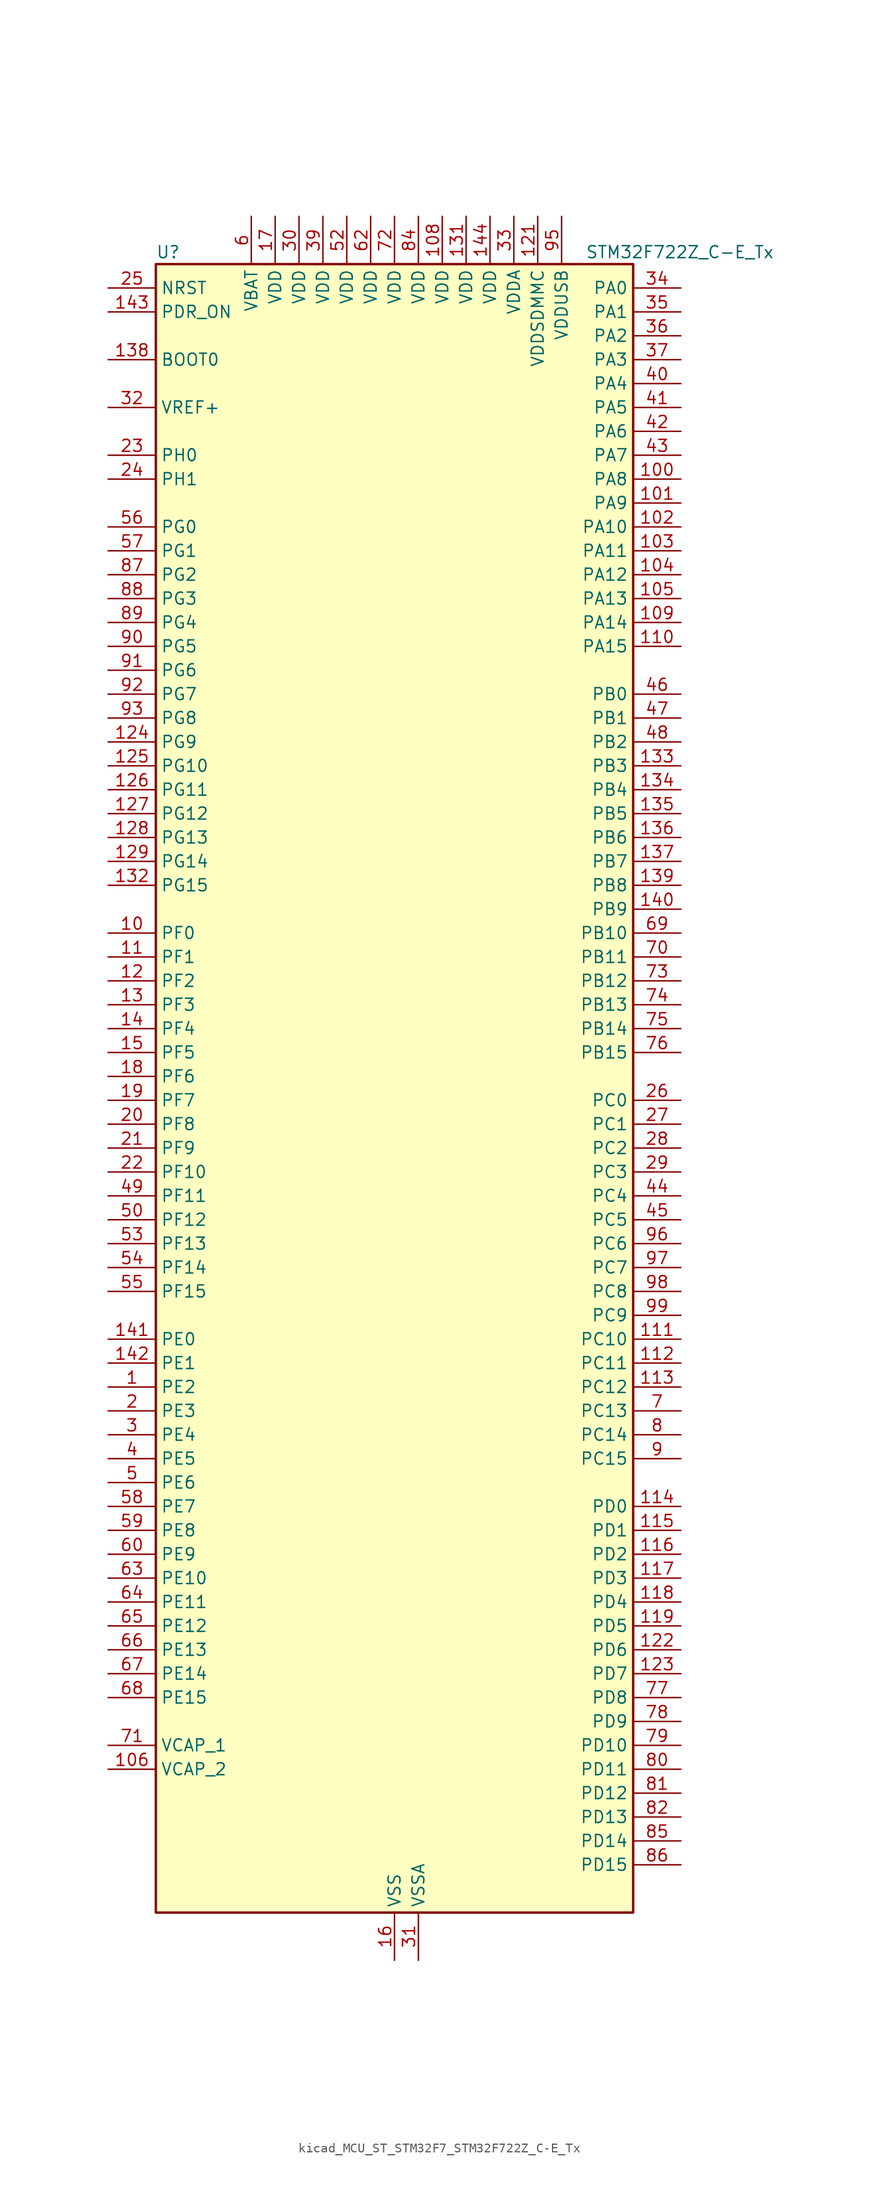
<source format=kicad_sym>
(kicad_symbol_lib
  (version 20220914)
  (generator kicad_symbol_editor)
  (symbol "kicad_MCU_ST_STM32F7_STM32F722Z_C-E_Tx"
    (property "Reference" "U"
      (at -25.4 90.17 0)
      (effects (font (size 1.27 1.27)) (justify left)))
    (property "Value" "STM32F722Z_C-E_Tx"
      (at 20.32 90.17 0)
      (effects (font (size 1.27 1.27)) (justify left)))
    (property "ki_locked" ""
      (at 0 0 0)
      (effects (font (size 1.27 1.27))))
    (symbol "kicad_MCU_ST_STM32F7_STM32F722Z_C-E_Tx_0_1"
      (rectangle (start -25.4 -86.36) (end 25.4 88.9) (stroke (width 0.254) (type default)) (fill (type background))))
    (symbol "kicad_MCU_ST_STM32F7_STM32F722Z_C-E_Tx_1_1"
      (pin bidirectional line (at -30.48 -30.48 0) (length 5.08) (name "PE2" (effects (font (size 1.27 1.27)))) (number "1" (effects (font (size 1.27 1.27)))) (alternate "FMC_A23" bidirectional line) (alternate "QUADSPI_BK1_IO2" bidirectional line) (alternate "SAI1_MCLK_A" bidirectional line) (alternate "SPI4_SCK" bidirectional line) (alternate "SYS_TRACECLK" bidirectional line))
      (pin bidirectional line (at -30.48 17.78 0) (length 5.08) (name "PF0" (effects (font (size 1.27 1.27)))) (number "10" (effects (font (size 1.27 1.27)))) (alternate "FMC_A0" bidirectional line) (alternate "I2C2_SDA" bidirectional line))
      (pin bidirectional line (at 30.48 66.04 180) (length 5.08) (name "PA8" (effects (font (size 1.27 1.27)))) (number "100" (effects (font (size 1.27 1.27)))) (alternate "I2C3_SCL" bidirectional line) (alternate "RCC_MCO_1" bidirectional line) (alternate "TIM1_CH1" bidirectional line) (alternate "TIM8_BKIN2" bidirectional line) (alternate "USART1_CK" bidirectional line) (alternate "USB_OTG_FS_SOF" bidirectional line))
      (pin bidirectional line (at 30.48 63.5 180) (length 5.08) (name "PA9" (effects (font (size 1.27 1.27)))) (number "101" (effects (font (size 1.27 1.27)))) (alternate "DAC_EXTI9" bidirectional line) (alternate "I2C3_SMBA" bidirectional line) (alternate "I2S2_CK" bidirectional line) (alternate "SPI2_SCK" bidirectional line) (alternate "TIM1_CH2" bidirectional line) (alternate "USART1_TX" bidirectional line) (alternate "USB_OTG_FS_VBUS" bidirectional line))
      (pin bidirectional line (at 30.48 60.96 180) (length 5.08) (name "PA10" (effects (font (size 1.27 1.27)))) (number "102" (effects (font (size 1.27 1.27)))) (alternate "TIM1_CH3" bidirectional line) (alternate "USART1_RX" bidirectional line) (alternate "USB_OTG_FS_ID" bidirectional line))
      (pin bidirectional line (at 30.48 58.42 180) (length 5.08) (name "PA11" (effects (font (size 1.27 1.27)))) (number "103" (effects (font (size 1.27 1.27)))) (alternate "ADC1_EXTI11" bidirectional line) (alternate "ADC2_EXTI11" bidirectional line) (alternate "ADC3_EXTI11" bidirectional line) (alternate "CAN1_RX" bidirectional line) (alternate "TIM1_CH4" bidirectional line) (alternate "USART1_CTS" bidirectional line) (alternate "USB_OTG_FS_DM" bidirectional line))
      (pin bidirectional line (at 30.48 55.88 180) (length 5.08) (name "PA12" (effects (font (size 1.27 1.27)))) (number "104" (effects (font (size 1.27 1.27)))) (alternate "CAN1_TX" bidirectional line) (alternate "SAI2_FS_B" bidirectional line) (alternate "TIM1_ETR" bidirectional line) (alternate "USART1_DE" bidirectional line) (alternate "USART1_RTS" bidirectional line) (alternate "USB_OTG_FS_DP" bidirectional line))
      (pin bidirectional line (at 30.48 53.34 180) (length 5.08) (name "PA13" (effects (font (size 1.27 1.27)))) (number "105" (effects (font (size 1.27 1.27)))) (alternate "SYS_JTMS-SWDIO" bidirectional line))
      (pin power_out line (at -30.48 -71.12 0) (length 5.08) (name "VCAP_2" (effects (font (size 1.27 1.27)))) (number "106" (effects (font (size 1.27 1.27)))))
      (pin passive line (at 0 -91.44 90) (length 5.08) hide (name "VSS" (effects (font (size 1.27 1.27)))) (number "107" (effects (font (size 1.27 1.27)))))
      (pin power_in line (at 5.08 93.98 270) (length 5.08) (name "VDD" (effects (font (size 1.27 1.27)))) (number "108" (effects (font (size 1.27 1.27)))))
      (pin bidirectional line (at 30.48 50.8 180) (length 5.08) (name "PA14" (effects (font (size 1.27 1.27)))) (number "109" (effects (font (size 1.27 1.27)))) (alternate "SYS_JTCK-SWCLK" bidirectional line))
      (pin bidirectional line (at -30.48 15.24 0) (length 5.08) (name "PF1" (effects (font (size 1.27 1.27)))) (number "11" (effects (font (size 1.27 1.27)))) (alternate "FMC_A1" bidirectional line) (alternate "I2C2_SCL" bidirectional line))
      (pin bidirectional line (at 30.48 48.26 180) (length 5.08) (name "PA15" (effects (font (size 1.27 1.27)))) (number "110" (effects (font (size 1.27 1.27)))) (alternate "I2S1_WS" bidirectional line) (alternate "I2S3_WS" bidirectional line) (alternate "SPI1_NSS" bidirectional line) (alternate "SPI3_NSS" bidirectional line) (alternate "SYS_JTDI" bidirectional line) (alternate "TIM2_CH1" bidirectional line) (alternate "TIM2_ETR" bidirectional line) (alternate "UART4_DE" bidirectional line) (alternate "UART4_RTS" bidirectional line))
      (pin bidirectional line (at 30.48 -25.4 180) (length 5.08) (name "PC10" (effects (font (size 1.27 1.27)))) (number "111" (effects (font (size 1.27 1.27)))) (alternate "I2S3_CK" bidirectional line) (alternate "QUADSPI_BK1_IO1" bidirectional line) (alternate "SDMMC1_D2" bidirectional line) (alternate "SPI3_SCK" bidirectional line) (alternate "UART4_TX" bidirectional line) (alternate "USART3_TX" bidirectional line))
      (pin bidirectional line (at 30.48 -27.94 180) (length 5.08) (name "PC11" (effects (font (size 1.27 1.27)))) (number "112" (effects (font (size 1.27 1.27)))) (alternate "ADC1_EXTI11" bidirectional line) (alternate "ADC2_EXTI11" bidirectional line) (alternate "ADC3_EXTI11" bidirectional line) (alternate "QUADSPI_BK2_NCS" bidirectional line) (alternate "SDMMC1_D3" bidirectional line) (alternate "SPI3_MISO" bidirectional line) (alternate "UART4_RX" bidirectional line) (alternate "USART3_RX" bidirectional line))
      (pin bidirectional line (at 30.48 -30.48 180) (length 5.08) (name "PC12" (effects (font (size 1.27 1.27)))) (number "113" (effects (font (size 1.27 1.27)))) (alternate "I2S3_SD" bidirectional line) (alternate "SDMMC1_CK" bidirectional line) (alternate "SPI3_MOSI" bidirectional line) (alternate "SYS_TRACED3" bidirectional line) (alternate "UART5_TX" bidirectional line) (alternate "USART3_CK" bidirectional line))
      (pin bidirectional line (at 30.48 -43.18 180) (length 5.08) (name "PD0" (effects (font (size 1.27 1.27)))) (number "114" (effects (font (size 1.27 1.27)))) (alternate "CAN1_RX" bidirectional line) (alternate "FMC_D2" bidirectional line) (alternate "FMC_DA2" bidirectional line))
      (pin bidirectional line (at 30.48 -45.72 180) (length 5.08) (name "PD1" (effects (font (size 1.27 1.27)))) (number "115" (effects (font (size 1.27 1.27)))) (alternate "CAN1_TX" bidirectional line) (alternate "FMC_D3" bidirectional line) (alternate "FMC_DA3" bidirectional line))
      (pin bidirectional line (at 30.48 -48.26 180) (length 5.08) (name "PD2" (effects (font (size 1.27 1.27)))) (number "116" (effects (font (size 1.27 1.27)))) (alternate "SDMMC1_CMD" bidirectional line) (alternate "SYS_TRACED2" bidirectional line) (alternate "TIM3_ETR" bidirectional line) (alternate "UART5_RX" bidirectional line))
      (pin bidirectional line (at 30.48 -50.8 180) (length 5.08) (name "PD3" (effects (font (size 1.27 1.27)))) (number "117" (effects (font (size 1.27 1.27)))) (alternate "FMC_CLK" bidirectional line) (alternate "I2S2_CK" bidirectional line) (alternate "SPI2_SCK" bidirectional line) (alternate "USART2_CTS" bidirectional line))
      (pin bidirectional line (at 30.48 -53.34 180) (length 5.08) (name "PD4" (effects (font (size 1.27 1.27)))) (number "118" (effects (font (size 1.27 1.27)))) (alternate "FMC_NOE" bidirectional line) (alternate "USART2_DE" bidirectional line) (alternate "USART2_RTS" bidirectional line))
      (pin bidirectional line (at 30.48 -55.88 180) (length 5.08) (name "PD5" (effects (font (size 1.27 1.27)))) (number "119" (effects (font (size 1.27 1.27)))) (alternate "FMC_NWE" bidirectional line) (alternate "USART2_TX" bidirectional line))
      (pin bidirectional line (at -30.48 12.7 0) (length 5.08) (name "PF2" (effects (font (size 1.27 1.27)))) (number "12" (effects (font (size 1.27 1.27)))) (alternate "FMC_A2" bidirectional line) (alternate "I2C2_SMBA" bidirectional line))
      (pin passive line (at 0 -91.44 90) (length 5.08) hide (name "VSS" (effects (font (size 1.27 1.27)))) (number "120" (effects (font (size 1.27 1.27)))))
      (pin power_in line (at 15.24 93.98 270) (length 5.08) (name "VDDSDMMC" (effects (font (size 1.27 1.27)))) (number "121" (effects (font (size 1.27 1.27)))))
      (pin bidirectional line (at 30.48 -58.42 180) (length 5.08) (name "PD6" (effects (font (size 1.27 1.27)))) (number "122" (effects (font (size 1.27 1.27)))) (alternate "FMC_NWAIT" bidirectional line) (alternate "I2S3_SD" bidirectional line) (alternate "SAI1_SD_A" bidirectional line) (alternate "SDMMC2_CK" bidirectional line) (alternate "SPI3_MOSI" bidirectional line) (alternate "USART2_RX" bidirectional line))
      (pin bidirectional line (at 30.48 -60.96 180) (length 5.08) (name "PD7" (effects (font (size 1.27 1.27)))) (number "123" (effects (font (size 1.27 1.27)))) (alternate "FMC_NE1" bidirectional line) (alternate "SDMMC2_CMD" bidirectional line) (alternate "USART2_CK" bidirectional line))
      (pin bidirectional line (at -30.48 38.1 0) (length 5.08) (name "PG9" (effects (font (size 1.27 1.27)))) (number "124" (effects (font (size 1.27 1.27)))) (alternate "DAC_EXTI9" bidirectional line) (alternate "FMC_NCE" bidirectional line) (alternate "FMC_NE2" bidirectional line) (alternate "QUADSPI_BK2_IO2" bidirectional line) (alternate "SAI2_FS_B" bidirectional line) (alternate "SDMMC2_D0" bidirectional line) (alternate "USART6_RX" bidirectional line))
      (pin bidirectional line (at -30.48 35.56 0) (length 5.08) (name "PG10" (effects (font (size 1.27 1.27)))) (number "125" (effects (font (size 1.27 1.27)))) (alternate "FMC_NE3" bidirectional line) (alternate "SAI2_SD_B" bidirectional line) (alternate "SDMMC2_D1" bidirectional line))
      (pin bidirectional line (at -30.48 33.02 0) (length 5.08) (name "PG11" (effects (font (size 1.27 1.27)))) (number "126" (effects (font (size 1.27 1.27)))) (alternate "ADC1_EXTI11" bidirectional line) (alternate "ADC2_EXTI11" bidirectional line) (alternate "ADC3_EXTI11" bidirectional line) (alternate "FMC_INT" bidirectional line) (alternate "SDMMC2_D2" bidirectional line))
      (pin bidirectional line (at -30.48 30.48 0) (length 5.08) (name "PG12" (effects (font (size 1.27 1.27)))) (number "127" (effects (font (size 1.27 1.27)))) (alternate "FMC_NE4" bidirectional line) (alternate "LPTIM1_IN1" bidirectional line) (alternate "SDMMC2_D3" bidirectional line) (alternate "USART6_DE" bidirectional line) (alternate "USART6_RTS" bidirectional line))
      (pin bidirectional line (at -30.48 27.94 0) (length 5.08) (name "PG13" (effects (font (size 1.27 1.27)))) (number "128" (effects (font (size 1.27 1.27)))) (alternate "FMC_A24" bidirectional line) (alternate "LPTIM1_OUT" bidirectional line) (alternate "SYS_TRACED0" bidirectional line) (alternate "USART6_CTS" bidirectional line))
      (pin bidirectional line (at -30.48 25.4 0) (length 5.08) (name "PG14" (effects (font (size 1.27 1.27)))) (number "129" (effects (font (size 1.27 1.27)))) (alternate "FMC_A25" bidirectional line) (alternate "LPTIM1_ETR" bidirectional line) (alternate "QUADSPI_BK2_IO3" bidirectional line) (alternate "SYS_TRACED1" bidirectional line) (alternate "USART6_TX" bidirectional line))
      (pin bidirectional line (at -30.48 10.16 0) (length 5.08) (name "PF3" (effects (font (size 1.27 1.27)))) (number "13" (effects (font (size 1.27 1.27)))) (alternate "ADC3_IN9" bidirectional line) (alternate "FMC_A3" bidirectional line))
      (pin passive line (at 0 -91.44 90) (length 5.08) hide (name "VSS" (effects (font (size 1.27 1.27)))) (number "130" (effects (font (size 1.27 1.27)))))
      (pin power_in line (at 7.62 93.98 270) (length 5.08) (name "VDD" (effects (font (size 1.27 1.27)))) (number "131" (effects (font (size 1.27 1.27)))))
      (pin bidirectional line (at -30.48 22.86 0) (length 5.08) (name "PG15" (effects (font (size 1.27 1.27)))) (number "132" (effects (font (size 1.27 1.27)))) (alternate "FMC_SDNCAS" bidirectional line) (alternate "USART6_CTS" bidirectional line))
      (pin bidirectional line (at 30.48 35.56 180) (length 5.08) (name "PB3" (effects (font (size 1.27 1.27)))) (number "133" (effects (font (size 1.27 1.27)))) (alternate "I2S1_CK" bidirectional line) (alternate "I2S3_CK" bidirectional line) (alternate "SDMMC2_D2" bidirectional line) (alternate "SPI1_SCK" bidirectional line) (alternate "SPI3_SCK" bidirectional line) (alternate "SYS_JTDO-SWO" bidirectional line) (alternate "TIM2_CH2" bidirectional line))
      (pin bidirectional line (at 30.48 33.02 180) (length 5.08) (name "PB4" (effects (font (size 1.27 1.27)))) (number "134" (effects (font (size 1.27 1.27)))) (alternate "I2S2_WS" bidirectional line) (alternate "SDMMC2_D3" bidirectional line) (alternate "SPI1_MISO" bidirectional line) (alternate "SPI2_NSS" bidirectional line) (alternate "SPI3_MISO" bidirectional line) (alternate "SYS_JTRST" bidirectional line) (alternate "TIM3_CH1" bidirectional line))
      (pin bidirectional line (at 30.48 30.48 180) (length 5.08) (name "PB5" (effects (font (size 1.27 1.27)))) (number "135" (effects (font (size 1.27 1.27)))) (alternate "FMC_SDCKE1" bidirectional line) (alternate "I2C1_SMBA" bidirectional line) (alternate "I2S1_SD" bidirectional line) (alternate "I2S3_SD" bidirectional line) (alternate "SPI1_MOSI" bidirectional line) (alternate "SPI3_MOSI" bidirectional line) (alternate "TIM3_CH2" bidirectional line) (alternate "USB_OTG_HS_ULPI_D7" bidirectional line))
      (pin bidirectional line (at 30.48 27.94 180) (length 5.08) (name "PB6" (effects (font (size 1.27 1.27)))) (number "136" (effects (font (size 1.27 1.27)))) (alternate "FMC_SDNE1" bidirectional line) (alternate "I2C1_SCL" bidirectional line) (alternate "QUADSPI_BK1_NCS" bidirectional line) (alternate "TIM4_CH1" bidirectional line) (alternate "USART1_TX" bidirectional line))
      (pin bidirectional line (at 30.48 25.4 180) (length 5.08) (name "PB7" (effects (font (size 1.27 1.27)))) (number "137" (effects (font (size 1.27 1.27)))) (alternate "FMC_NL" bidirectional line) (alternate "I2C1_SDA" bidirectional line) (alternate "TIM4_CH2" bidirectional line) (alternate "USART1_RX" bidirectional line))
      (pin input line (at -30.48 78.74 0) (length 5.08) (name "BOOT0" (effects (font (size 1.27 1.27)))) (number "138" (effects (font (size 1.27 1.27)))))
      (pin bidirectional line (at 30.48 22.86 180) (length 5.08) (name "PB8" (effects (font (size 1.27 1.27)))) (number "139" (effects (font (size 1.27 1.27)))) (alternate "CAN1_RX" bidirectional line) (alternate "I2C1_SCL" bidirectional line) (alternate "SDMMC1_D4" bidirectional line) (alternate "SDMMC2_D4" bidirectional line) (alternate "TIM10_CH1" bidirectional line) (alternate "TIM4_CH3" bidirectional line))
      (pin bidirectional line (at -30.48 7.62 0) (length 5.08) (name "PF4" (effects (font (size 1.27 1.27)))) (number "14" (effects (font (size 1.27 1.27)))) (alternate "ADC3_IN14" bidirectional line) (alternate "FMC_A4" bidirectional line))
      (pin bidirectional line (at 30.48 20.32 180) (length 5.08) (name "PB9" (effects (font (size 1.27 1.27)))) (number "140" (effects (font (size 1.27 1.27)))) (alternate "CAN1_TX" bidirectional line) (alternate "DAC_EXTI9" bidirectional line) (alternate "I2C1_SDA" bidirectional line) (alternate "I2S2_WS" bidirectional line) (alternate "SDMMC1_D5" bidirectional line) (alternate "SDMMC2_D5" bidirectional line) (alternate "SPI2_NSS" bidirectional line) (alternate "TIM11_CH1" bidirectional line) (alternate "TIM4_CH4" bidirectional line))
      (pin bidirectional line (at -30.48 -25.4 0) (length 5.08) (name "PE0" (effects (font (size 1.27 1.27)))) (number "141" (effects (font (size 1.27 1.27)))) (alternate "FMC_NBL0" bidirectional line) (alternate "LPTIM1_ETR" bidirectional line) (alternate "SAI2_MCLK_A" bidirectional line) (alternate "TIM4_ETR" bidirectional line) (alternate "UART8_RX" bidirectional line))
      (pin bidirectional line (at -30.48 -27.94 0) (length 5.08) (name "PE1" (effects (font (size 1.27 1.27)))) (number "142" (effects (font (size 1.27 1.27)))) (alternate "FMC_NBL1" bidirectional line) (alternate "LPTIM1_IN2" bidirectional line) (alternate "UART8_TX" bidirectional line))
      (pin input line (at -30.48 83.82 0) (length 5.08) (name "PDR_ON" (effects (font (size 1.27 1.27)))) (number "143" (effects (font (size 1.27 1.27)))))
      (pin power_in line (at 10.16 93.98 270) (length 5.08) (name "VDD" (effects (font (size 1.27 1.27)))) (number "144" (effects (font (size 1.27 1.27)))))
      (pin bidirectional line (at -30.48 5.08 0) (length 5.08) (name "PF5" (effects (font (size 1.27 1.27)))) (number "15" (effects (font (size 1.27 1.27)))) (alternate "ADC3_IN15" bidirectional line) (alternate "FMC_A5" bidirectional line))
      (pin power_in line (at 0 -91.44 90) (length 5.08) (name "VSS" (effects (font (size 1.27 1.27)))) (number "16" (effects (font (size 1.27 1.27)))))
      (pin power_in line (at -12.7 93.98 270) (length 5.08) (name "VDD" (effects (font (size 1.27 1.27)))) (number "17" (effects (font (size 1.27 1.27)))))
      (pin bidirectional line (at -30.48 2.54 0) (length 5.08) (name "PF6" (effects (font (size 1.27 1.27)))) (number "18" (effects (font (size 1.27 1.27)))) (alternate "ADC3_IN4" bidirectional line) (alternate "QUADSPI_BK1_IO3" bidirectional line) (alternate "SAI1_SD_B" bidirectional line) (alternate "SPI5_NSS" bidirectional line) (alternate "TIM10_CH1" bidirectional line) (alternate "UART7_RX" bidirectional line))
      (pin bidirectional line (at -30.48 0 0) (length 5.08) (name "PF7" (effects (font (size 1.27 1.27)))) (number "19" (effects (font (size 1.27 1.27)))) (alternate "ADC3_IN5" bidirectional line) (alternate "QUADSPI_BK1_IO2" bidirectional line) (alternate "SAI1_MCLK_B" bidirectional line) (alternate "SPI5_SCK" bidirectional line) (alternate "TIM11_CH1" bidirectional line) (alternate "UART7_TX" bidirectional line))
      (pin bidirectional line (at -30.48 -33.02 0) (length 5.08) (name "PE3" (effects (font (size 1.27 1.27)))) (number "2" (effects (font (size 1.27 1.27)))) (alternate "FMC_A19" bidirectional line) (alternate "SAI1_SD_B" bidirectional line) (alternate "SYS_TRACED0" bidirectional line))
      (pin bidirectional line (at -30.48 -2.54 0) (length 5.08) (name "PF8" (effects (font (size 1.27 1.27)))) (number "20" (effects (font (size 1.27 1.27)))) (alternate "ADC3_IN6" bidirectional line) (alternate "QUADSPI_BK1_IO0" bidirectional line) (alternate "SAI1_SCK_B" bidirectional line) (alternate "SPI5_MISO" bidirectional line) (alternate "TIM13_CH1" bidirectional line) (alternate "UART7_DE" bidirectional line) (alternate "UART7_RTS" bidirectional line))
      (pin bidirectional line (at -30.48 -5.08 0) (length 5.08) (name "PF9" (effects (font (size 1.27 1.27)))) (number "21" (effects (font (size 1.27 1.27)))) (alternate "ADC3_IN7" bidirectional line) (alternate "DAC_EXTI9" bidirectional line) (alternate "QUADSPI_BK1_IO1" bidirectional line) (alternate "SAI1_FS_B" bidirectional line) (alternate "SPI5_MOSI" bidirectional line) (alternate "TIM14_CH1" bidirectional line) (alternate "UART7_CTS" bidirectional line))
      (pin bidirectional line (at -30.48 -7.62 0) (length 5.08) (name "PF10" (effects (font (size 1.27 1.27)))) (number "22" (effects (font (size 1.27 1.27)))) (alternate "ADC3_IN8" bidirectional line))
      (pin bidirectional line (at -30.48 68.58 0) (length 5.08) (name "PH0" (effects (font (size 1.27 1.27)))) (number "23" (effects (font (size 1.27 1.27)))) (alternate "RCC_OSC_IN" bidirectional line))
      (pin bidirectional line (at -30.48 66.04 0) (length 5.08) (name "PH1" (effects (font (size 1.27 1.27)))) (number "24" (effects (font (size 1.27 1.27)))) (alternate "RCC_OSC_OUT" bidirectional line))
      (pin input line (at -30.48 86.36 0) (length 5.08) (name "NRST" (effects (font (size 1.27 1.27)))) (number "25" (effects (font (size 1.27 1.27)))))
      (pin bidirectional line (at 30.48 0 180) (length 5.08) (name "PC0" (effects (font (size 1.27 1.27)))) (number "26" (effects (font (size 1.27 1.27)))) (alternate "ADC1_IN10" bidirectional line) (alternate "ADC2_IN10" bidirectional line) (alternate "ADC3_IN10" bidirectional line) (alternate "FMC_SDNWE" bidirectional line) (alternate "SAI2_FS_B" bidirectional line) (alternate "USB_OTG_HS_ULPI_STP" bidirectional line))
      (pin bidirectional line (at 30.48 -2.54 180) (length 5.08) (name "PC1" (effects (font (size 1.27 1.27)))) (number "27" (effects (font (size 1.27 1.27)))) (alternate "ADC1_IN11" bidirectional line) (alternate "ADC2_IN11" bidirectional line) (alternate "ADC3_IN11" bidirectional line) (alternate "I2S2_SD" bidirectional line) (alternate "RTC_TAMP3" bidirectional line) (alternate "RTC_TS" bidirectional line) (alternate "SAI1_SD_A" bidirectional line) (alternate "SPI2_MOSI" bidirectional line) (alternate "SYS_TRACED0" bidirectional line) (alternate "SYS_WKUP3" bidirectional line))
      (pin bidirectional line (at 30.48 -5.08 180) (length 5.08) (name "PC2" (effects (font (size 1.27 1.27)))) (number "28" (effects (font (size 1.27 1.27)))) (alternate "ADC1_IN12" bidirectional line) (alternate "ADC2_IN12" bidirectional line) (alternate "ADC3_IN12" bidirectional line) (alternate "FMC_SDNE0" bidirectional line) (alternate "SPI2_MISO" bidirectional line) (alternate "USB_OTG_HS_ULPI_DIR" bidirectional line))
      (pin bidirectional line (at 30.48 -7.62 180) (length 5.08) (name "PC3" (effects (font (size 1.27 1.27)))) (number "29" (effects (font (size 1.27 1.27)))) (alternate "ADC1_IN13" bidirectional line) (alternate "ADC2_IN13" bidirectional line) (alternate "ADC3_IN13" bidirectional line) (alternate "FMC_SDCKE0" bidirectional line) (alternate "I2S2_SD" bidirectional line) (alternate "SPI2_MOSI" bidirectional line) (alternate "USB_OTG_HS_ULPI_NXT" bidirectional line))
      (pin bidirectional line (at -30.48 -35.56 0) (length 5.08) (name "PE4" (effects (font (size 1.27 1.27)))) (number "3" (effects (font (size 1.27 1.27)))) (alternate "FMC_A20" bidirectional line) (alternate "SAI1_FS_A" bidirectional line) (alternate "SPI4_NSS" bidirectional line) (alternate "SYS_TRACED1" bidirectional line))
      (pin power_in line (at -10.16 93.98 270) (length 5.08) (name "VDD" (effects (font (size 1.27 1.27)))) (number "30" (effects (font (size 1.27 1.27)))))
      (pin power_in line (at 2.54 -91.44 90) (length 5.08) (name "VSSA" (effects (font (size 1.27 1.27)))) (number "31" (effects (font (size 1.27 1.27)))))
      (pin input line (at -30.48 73.66 0) (length 5.08) (name "VREF+" (effects (font (size 1.27 1.27)))) (number "32" (effects (font (size 1.27 1.27)))))
      (pin power_in line (at 12.7 93.98 270) (length 5.08) (name "VDDA" (effects (font (size 1.27 1.27)))) (number "33" (effects (font (size 1.27 1.27)))))
      (pin bidirectional line (at 30.48 86.36 180) (length 5.08) (name "PA0" (effects (font (size 1.27 1.27)))) (number "34" (effects (font (size 1.27 1.27)))) (alternate "ADC1_IN0" bidirectional line) (alternate "ADC2_IN0" bidirectional line) (alternate "ADC3_IN0" bidirectional line) (alternate "SAI2_SD_B" bidirectional line) (alternate "SYS_WKUP1" bidirectional line) (alternate "TIM2_CH1" bidirectional line) (alternate "TIM2_ETR" bidirectional line) (alternate "TIM5_CH1" bidirectional line) (alternate "TIM8_ETR" bidirectional line) (alternate "UART4_TX" bidirectional line) (alternate "USART2_CTS" bidirectional line))
      (pin bidirectional line (at 30.48 83.82 180) (length 5.08) (name "PA1" (effects (font (size 1.27 1.27)))) (number "35" (effects (font (size 1.27 1.27)))) (alternate "ADC1_IN1" bidirectional line) (alternate "ADC2_IN1" bidirectional line) (alternate "ADC3_IN1" bidirectional line) (alternate "QUADSPI_BK1_IO3" bidirectional line) (alternate "SAI2_MCLK_B" bidirectional line) (alternate "TIM2_CH2" bidirectional line) (alternate "TIM5_CH2" bidirectional line) (alternate "UART4_RX" bidirectional line) (alternate "USART2_DE" bidirectional line) (alternate "USART2_RTS" bidirectional line))
      (pin bidirectional line (at 30.48 81.28 180) (length 5.08) (name "PA2" (effects (font (size 1.27 1.27)))) (number "36" (effects (font (size 1.27 1.27)))) (alternate "ADC1_IN2" bidirectional line) (alternate "ADC2_IN2" bidirectional line) (alternate "ADC3_IN2" bidirectional line) (alternate "SAI2_SCK_B" bidirectional line) (alternate "SYS_WKUP2" bidirectional line) (alternate "TIM2_CH3" bidirectional line) (alternate "TIM5_CH3" bidirectional line) (alternate "TIM9_CH1" bidirectional line) (alternate "USART2_TX" bidirectional line))
      (pin bidirectional line (at 30.48 78.74 180) (length 5.08) (name "PA3" (effects (font (size 1.27 1.27)))) (number "37" (effects (font (size 1.27 1.27)))) (alternate "ADC1_IN3" bidirectional line) (alternate "ADC2_IN3" bidirectional line) (alternate "ADC3_IN3" bidirectional line) (alternate "TIM2_CH4" bidirectional line) (alternate "TIM5_CH4" bidirectional line) (alternate "TIM9_CH2" bidirectional line) (alternate "USART2_RX" bidirectional line) (alternate "USB_OTG_HS_ULPI_D0" bidirectional line))
      (pin passive line (at 0 -91.44 90) (length 5.08) hide (name "VSS" (effects (font (size 1.27 1.27)))) (number "38" (effects (font (size 1.27 1.27)))))
      (pin power_in line (at -7.62 93.98 270) (length 5.08) (name "VDD" (effects (font (size 1.27 1.27)))) (number "39" (effects (font (size 1.27 1.27)))))
      (pin bidirectional line (at -30.48 -38.1 0) (length 5.08) (name "PE5" (effects (font (size 1.27 1.27)))) (number "4" (effects (font (size 1.27 1.27)))) (alternate "FMC_A21" bidirectional line) (alternate "SAI1_SCK_A" bidirectional line) (alternate "SPI4_MISO" bidirectional line) (alternate "SYS_TRACED2" bidirectional line) (alternate "TIM9_CH1" bidirectional line))
      (pin bidirectional line (at 30.48 76.2 180) (length 5.08) (name "PA4" (effects (font (size 1.27 1.27)))) (number "40" (effects (font (size 1.27 1.27)))) (alternate "ADC1_IN4" bidirectional line) (alternate "ADC2_IN4" bidirectional line) (alternate "DAC_OUT1" bidirectional line) (alternate "I2S1_WS" bidirectional line) (alternate "I2S3_WS" bidirectional line) (alternate "SPI1_NSS" bidirectional line) (alternate "SPI3_NSS" bidirectional line) (alternate "USART2_CK" bidirectional line) (alternate "USB_OTG_HS_SOF" bidirectional line))
      (pin bidirectional line (at 30.48 73.66 180) (length 5.08) (name "PA5" (effects (font (size 1.27 1.27)))) (number "41" (effects (font (size 1.27 1.27)))) (alternate "ADC1_IN5" bidirectional line) (alternate "ADC2_IN5" bidirectional line) (alternate "DAC_OUT2" bidirectional line) (alternate "I2S1_CK" bidirectional line) (alternate "SPI1_SCK" bidirectional line) (alternate "TIM2_CH1" bidirectional line) (alternate "TIM2_ETR" bidirectional line) (alternate "TIM8_CH1N" bidirectional line) (alternate "USB_OTG_HS_ULPI_CK" bidirectional line))
      (pin bidirectional line (at 30.48 71.12 180) (length 5.08) (name "PA6" (effects (font (size 1.27 1.27)))) (number "42" (effects (font (size 1.27 1.27)))) (alternate "ADC1_IN6" bidirectional line) (alternate "ADC2_IN6" bidirectional line) (alternate "SPI1_MISO" bidirectional line) (alternate "TIM13_CH1" bidirectional line) (alternate "TIM1_BKIN" bidirectional line) (alternate "TIM3_CH1" bidirectional line) (alternate "TIM8_BKIN" bidirectional line))
      (pin bidirectional line (at 30.48 68.58 180) (length 5.08) (name "PA7" (effects (font (size 1.27 1.27)))) (number "43" (effects (font (size 1.27 1.27)))) (alternate "ADC1_IN7" bidirectional line) (alternate "ADC2_IN7" bidirectional line) (alternate "FMC_SDNWE" bidirectional line) (alternate "I2S1_SD" bidirectional line) (alternate "SPI1_MOSI" bidirectional line) (alternate "TIM14_CH1" bidirectional line) (alternate "TIM1_CH1N" bidirectional line) (alternate "TIM3_CH2" bidirectional line) (alternate "TIM8_CH1N" bidirectional line))
      (pin bidirectional line (at 30.48 -10.16 180) (length 5.08) (name "PC4" (effects (font (size 1.27 1.27)))) (number "44" (effects (font (size 1.27 1.27)))) (alternate "ADC1_IN14" bidirectional line) (alternate "ADC2_IN14" bidirectional line) (alternate "FMC_SDNE0" bidirectional line) (alternate "I2S1_MCK" bidirectional line))
      (pin bidirectional line (at 30.48 -12.7 180) (length 5.08) (name "PC5" (effects (font (size 1.27 1.27)))) (number "45" (effects (font (size 1.27 1.27)))) (alternate "ADC1_IN15" bidirectional line) (alternate "ADC2_IN15" bidirectional line) (alternate "FMC_SDCKE0" bidirectional line))
      (pin bidirectional line (at 30.48 43.18 180) (length 5.08) (name "PB0" (effects (font (size 1.27 1.27)))) (number "46" (effects (font (size 1.27 1.27)))) (alternate "ADC1_IN8" bidirectional line) (alternate "ADC2_IN8" bidirectional line) (alternate "TIM1_CH2N" bidirectional line) (alternate "TIM3_CH3" bidirectional line) (alternate "TIM8_CH2N" bidirectional line) (alternate "UART4_CTS" bidirectional line) (alternate "USB_OTG_HS_ULPI_D1" bidirectional line))
      (pin bidirectional line (at 30.48 40.64 180) (length 5.08) (name "PB1" (effects (font (size 1.27 1.27)))) (number "47" (effects (font (size 1.27 1.27)))) (alternate "ADC1_IN9" bidirectional line) (alternate "ADC2_IN9" bidirectional line) (alternate "TIM1_CH3N" bidirectional line) (alternate "TIM3_CH4" bidirectional line) (alternate "TIM8_CH3N" bidirectional line) (alternate "USB_OTG_HS_ULPI_D2" bidirectional line))
      (pin bidirectional line (at 30.48 38.1 180) (length 5.08) (name "PB2" (effects (font (size 1.27 1.27)))) (number "48" (effects (font (size 1.27 1.27)))) (alternate "I2S3_SD" bidirectional line) (alternate "QUADSPI_CLK" bidirectional line) (alternate "SAI1_SD_A" bidirectional line) (alternate "SPI3_MOSI" bidirectional line))
      (pin bidirectional line (at -30.48 -10.16 0) (length 5.08) (name "PF11" (effects (font (size 1.27 1.27)))) (number "49" (effects (font (size 1.27 1.27)))) (alternate "ADC1_EXTI11" bidirectional line) (alternate "ADC2_EXTI11" bidirectional line) (alternate "ADC3_EXTI11" bidirectional line) (alternate "FMC_SDNRAS" bidirectional line) (alternate "SAI2_SD_B" bidirectional line) (alternate "SPI5_MOSI" bidirectional line))
      (pin bidirectional line (at -30.48 -40.64 0) (length 5.08) (name "PE6" (effects (font (size 1.27 1.27)))) (number "5" (effects (font (size 1.27 1.27)))) (alternate "FMC_A22" bidirectional line) (alternate "SAI1_SD_A" bidirectional line) (alternate "SAI2_MCLK_B" bidirectional line) (alternate "SPI4_MOSI" bidirectional line) (alternate "SYS_TRACED3" bidirectional line) (alternate "TIM1_BKIN2" bidirectional line) (alternate "TIM9_CH2" bidirectional line))
      (pin bidirectional line (at -30.48 -12.7 0) (length 5.08) (name "PF12" (effects (font (size 1.27 1.27)))) (number "50" (effects (font (size 1.27 1.27)))) (alternate "FMC_A6" bidirectional line))
      (pin passive line (at 0 -91.44 90) (length 5.08) hide (name "VSS" (effects (font (size 1.27 1.27)))) (number "51" (effects (font (size 1.27 1.27)))))
      (pin power_in line (at -5.08 93.98 270) (length 5.08) (name "VDD" (effects (font (size 1.27 1.27)))) (number "52" (effects (font (size 1.27 1.27)))))
      (pin bidirectional line (at -30.48 -15.24 0) (length 5.08) (name "PF13" (effects (font (size 1.27 1.27)))) (number "53" (effects (font (size 1.27 1.27)))) (alternate "FMC_A7" bidirectional line))
      (pin bidirectional line (at -30.48 -17.78 0) (length 5.08) (name "PF14" (effects (font (size 1.27 1.27)))) (number "54" (effects (font (size 1.27 1.27)))) (alternate "FMC_A8" bidirectional line))
      (pin bidirectional line (at -30.48 -20.32 0) (length 5.08) (name "PF15" (effects (font (size 1.27 1.27)))) (number "55" (effects (font (size 1.27 1.27)))) (alternate "FMC_A9" bidirectional line))
      (pin bidirectional line (at -30.48 60.96 0) (length 5.08) (name "PG0" (effects (font (size 1.27 1.27)))) (number "56" (effects (font (size 1.27 1.27)))) (alternate "FMC_A10" bidirectional line))
      (pin bidirectional line (at -30.48 58.42 0) (length 5.08) (name "PG1" (effects (font (size 1.27 1.27)))) (number "57" (effects (font (size 1.27 1.27)))) (alternate "FMC_A11" bidirectional line))
      (pin bidirectional line (at -30.48 -43.18 0) (length 5.08) (name "PE7" (effects (font (size 1.27 1.27)))) (number "58" (effects (font (size 1.27 1.27)))) (alternate "FMC_D4" bidirectional line) (alternate "FMC_DA4" bidirectional line) (alternate "QUADSPI_BK2_IO0" bidirectional line) (alternate "TIM1_ETR" bidirectional line) (alternate "UART7_RX" bidirectional line))
      (pin bidirectional line (at -30.48 -45.72 0) (length 5.08) (name "PE8" (effects (font (size 1.27 1.27)))) (number "59" (effects (font (size 1.27 1.27)))) (alternate "FMC_D5" bidirectional line) (alternate "FMC_DA5" bidirectional line) (alternate "QUADSPI_BK2_IO1" bidirectional line) (alternate "TIM1_CH1N" bidirectional line) (alternate "UART7_TX" bidirectional line))
      (pin power_in line (at -15.24 93.98 270) (length 5.08) (name "VBAT" (effects (font (size 1.27 1.27)))) (number "6" (effects (font (size 1.27 1.27)))))
      (pin bidirectional line (at -30.48 -48.26 0) (length 5.08) (name "PE9" (effects (font (size 1.27 1.27)))) (number "60" (effects (font (size 1.27 1.27)))) (alternate "DAC_EXTI9" bidirectional line) (alternate "FMC_D6" bidirectional line) (alternate "FMC_DA6" bidirectional line) (alternate "QUADSPI_BK2_IO2" bidirectional line) (alternate "TIM1_CH1" bidirectional line) (alternate "UART7_DE" bidirectional line) (alternate "UART7_RTS" bidirectional line))
      (pin passive line (at 0 -91.44 90) (length 5.08) hide (name "VSS" (effects (font (size 1.27 1.27)))) (number "61" (effects (font (size 1.27 1.27)))))
      (pin power_in line (at -2.54 93.98 270) (length 5.08) (name "VDD" (effects (font (size 1.27 1.27)))) (number "62" (effects (font (size 1.27 1.27)))))
      (pin bidirectional line (at -30.48 -50.8 0) (length 5.08) (name "PE10" (effects (font (size 1.27 1.27)))) (number "63" (effects (font (size 1.27 1.27)))) (alternate "FMC_D7" bidirectional line) (alternate "FMC_DA7" bidirectional line) (alternate "QUADSPI_BK2_IO3" bidirectional line) (alternate "TIM1_CH2N" bidirectional line) (alternate "UART7_CTS" bidirectional line))
      (pin bidirectional line (at -30.48 -53.34 0) (length 5.08) (name "PE11" (effects (font (size 1.27 1.27)))) (number "64" (effects (font (size 1.27 1.27)))) (alternate "ADC1_EXTI11" bidirectional line) (alternate "ADC2_EXTI11" bidirectional line) (alternate "ADC3_EXTI11" bidirectional line) (alternate "FMC_D8" bidirectional line) (alternate "FMC_DA8" bidirectional line) (alternate "SAI2_SD_B" bidirectional line) (alternate "SPI4_NSS" bidirectional line) (alternate "TIM1_CH2" bidirectional line))
      (pin bidirectional line (at -30.48 -55.88 0) (length 5.08) (name "PE12" (effects (font (size 1.27 1.27)))) (number "65" (effects (font (size 1.27 1.27)))) (alternate "FMC_D9" bidirectional line) (alternate "FMC_DA9" bidirectional line) (alternate "SAI2_SCK_B" bidirectional line) (alternate "SPI4_SCK" bidirectional line) (alternate "TIM1_CH3N" bidirectional line))
      (pin bidirectional line (at -30.48 -58.42 0) (length 5.08) (name "PE13" (effects (font (size 1.27 1.27)))) (number "66" (effects (font (size 1.27 1.27)))) (alternate "FMC_D10" bidirectional line) (alternate "FMC_DA10" bidirectional line) (alternate "SAI2_FS_B" bidirectional line) (alternate "SPI4_MISO" bidirectional line) (alternate "TIM1_CH3" bidirectional line))
      (pin bidirectional line (at -30.48 -60.96 0) (length 5.08) (name "PE14" (effects (font (size 1.27 1.27)))) (number "67" (effects (font (size 1.27 1.27)))) (alternate "FMC_D11" bidirectional line) (alternate "FMC_DA11" bidirectional line) (alternate "SAI2_MCLK_B" bidirectional line) (alternate "SPI4_MOSI" bidirectional line) (alternate "TIM1_CH4" bidirectional line))
      (pin bidirectional line (at -30.48 -63.5 0) (length 5.08) (name "PE15" (effects (font (size 1.27 1.27)))) (number "68" (effects (font (size 1.27 1.27)))) (alternate "FMC_D12" bidirectional line) (alternate "FMC_DA12" bidirectional line) (alternate "TIM1_BKIN" bidirectional line))
      (pin bidirectional line (at 30.48 17.78 180) (length 5.08) (name "PB10" (effects (font (size 1.27 1.27)))) (number "69" (effects (font (size 1.27 1.27)))) (alternate "I2C2_SCL" bidirectional line) (alternate "I2S2_CK" bidirectional line) (alternate "SPI2_SCK" bidirectional line) (alternate "TIM2_CH3" bidirectional line) (alternate "USART3_TX" bidirectional line) (alternate "USB_OTG_HS_ULPI_D3" bidirectional line))
      (pin bidirectional line (at 30.48 -33.02 180) (length 5.08) (name "PC13" (effects (font (size 1.27 1.27)))) (number "7" (effects (font (size 1.27 1.27)))) (alternate "RTC_OUT" bidirectional line) (alternate "RTC_TAMP1" bidirectional line) (alternate "RTC_TS" bidirectional line) (alternate "SYS_WKUP4" bidirectional line))
      (pin bidirectional line (at 30.48 15.24 180) (length 5.08) (name "PB11" (effects (font (size 1.27 1.27)))) (number "70" (effects (font (size 1.27 1.27)))) (alternate "ADC1_EXTI11" bidirectional line) (alternate "ADC2_EXTI11" bidirectional line) (alternate "ADC3_EXTI11" bidirectional line) (alternate "I2C2_SDA" bidirectional line) (alternate "TIM2_CH4" bidirectional line) (alternate "USART3_RX" bidirectional line) (alternate "USB_OTG_HS_ULPI_D4" bidirectional line))
      (pin power_out line (at -30.48 -68.58 0) (length 5.08) (name "VCAP_1" (effects (font (size 1.27 1.27)))) (number "71" (effects (font (size 1.27 1.27)))))
      (pin power_in line (at 0 93.98 270) (length 5.08) (name "VDD" (effects (font (size 1.27 1.27)))) (number "72" (effects (font (size 1.27 1.27)))))
      (pin bidirectional line (at 30.48 12.7 180) (length 5.08) (name "PB12" (effects (font (size 1.27 1.27)))) (number "73" (effects (font (size 1.27 1.27)))) (alternate "I2C2_SMBA" bidirectional line) (alternate "I2S2_WS" bidirectional line) (alternate "SPI2_NSS" bidirectional line) (alternate "TIM1_BKIN" bidirectional line) (alternate "USART3_CK" bidirectional line) (alternate "USB_OTG_HS_ID" bidirectional line) (alternate "USB_OTG_HS_ULPI_D5" bidirectional line))
      (pin bidirectional line (at 30.48 10.16 180) (length 5.08) (name "PB13" (effects (font (size 1.27 1.27)))) (number "74" (effects (font (size 1.27 1.27)))) (alternate "I2S2_CK" bidirectional line) (alternate "SPI2_SCK" bidirectional line) (alternate "TIM1_CH1N" bidirectional line) (alternate "USART3_CTS" bidirectional line) (alternate "USB_OTG_HS_ULPI_D6" bidirectional line) (alternate "USB_OTG_HS_VBUS" bidirectional line))
      (pin bidirectional line (at 30.48 7.62 180) (length 5.08) (name "PB14" (effects (font (size 1.27 1.27)))) (number "75" (effects (font (size 1.27 1.27)))) (alternate "SDMMC2_D0" bidirectional line) (alternate "SPI2_MISO" bidirectional line) (alternate "TIM12_CH1" bidirectional line) (alternate "TIM1_CH2N" bidirectional line) (alternate "TIM8_CH2N" bidirectional line) (alternate "USART3_DE" bidirectional line) (alternate "USART3_RTS" bidirectional line) (alternate "USB_OTG_HS_DM" bidirectional line))
      (pin bidirectional line (at 30.48 5.08 180) (length 5.08) (name "PB15" (effects (font (size 1.27 1.27)))) (number "76" (effects (font (size 1.27 1.27)))) (alternate "I2S2_SD" bidirectional line) (alternate "RTC_REFIN" bidirectional line) (alternate "SDMMC2_D1" bidirectional line) (alternate "SPI2_MOSI" bidirectional line) (alternate "TIM12_CH2" bidirectional line) (alternate "TIM1_CH3N" bidirectional line) (alternate "TIM8_CH3N" bidirectional line) (alternate "USB_OTG_HS_DP" bidirectional line))
      (pin bidirectional line (at 30.48 -63.5 180) (length 5.08) (name "PD8" (effects (font (size 1.27 1.27)))) (number "77" (effects (font (size 1.27 1.27)))) (alternate "FMC_D13" bidirectional line) (alternate "FMC_DA13" bidirectional line) (alternate "USART3_TX" bidirectional line))
      (pin bidirectional line (at 30.48 -66.04 180) (length 5.08) (name "PD9" (effects (font (size 1.27 1.27)))) (number "78" (effects (font (size 1.27 1.27)))) (alternate "DAC_EXTI9" bidirectional line) (alternate "FMC_D14" bidirectional line) (alternate "FMC_DA14" bidirectional line) (alternate "USART3_RX" bidirectional line))
      (pin bidirectional line (at 30.48 -68.58 180) (length 5.08) (name "PD10" (effects (font (size 1.27 1.27)))) (number "79" (effects (font (size 1.27 1.27)))) (alternate "FMC_D15" bidirectional line) (alternate "FMC_DA15" bidirectional line) (alternate "USART3_CK" bidirectional line))
      (pin bidirectional line (at 30.48 -35.56 180) (length 5.08) (name "PC14" (effects (font (size 1.27 1.27)))) (number "8" (effects (font (size 1.27 1.27)))) (alternate "RCC_OSC32_IN" bidirectional line))
      (pin bidirectional line (at 30.48 -71.12 180) (length 5.08) (name "PD11" (effects (font (size 1.27 1.27)))) (number "80" (effects (font (size 1.27 1.27)))) (alternate "ADC1_EXTI11" bidirectional line) (alternate "ADC2_EXTI11" bidirectional line) (alternate "ADC3_EXTI11" bidirectional line) (alternate "FMC_A16" bidirectional line) (alternate "FMC_CLE" bidirectional line) (alternate "QUADSPI_BK1_IO0" bidirectional line) (alternate "SAI2_SD_A" bidirectional line) (alternate "USART3_CTS" bidirectional line))
      (pin bidirectional line (at 30.48 -73.66 180) (length 5.08) (name "PD12" (effects (font (size 1.27 1.27)))) (number "81" (effects (font (size 1.27 1.27)))) (alternate "FMC_A17" bidirectional line) (alternate "FMC_ALE" bidirectional line) (alternate "LPTIM1_IN1" bidirectional line) (alternate "QUADSPI_BK1_IO1" bidirectional line) (alternate "SAI2_FS_A" bidirectional line) (alternate "TIM4_CH1" bidirectional line) (alternate "USART3_DE" bidirectional line) (alternate "USART3_RTS" bidirectional line))
      (pin bidirectional line (at 30.48 -76.2 180) (length 5.08) (name "PD13" (effects (font (size 1.27 1.27)))) (number "82" (effects (font (size 1.27 1.27)))) (alternate "FMC_A18" bidirectional line) (alternate "LPTIM1_OUT" bidirectional line) (alternate "QUADSPI_BK1_IO3" bidirectional line) (alternate "SAI2_SCK_A" bidirectional line) (alternate "TIM4_CH2" bidirectional line))
      (pin passive line (at 0 -91.44 90) (length 5.08) hide (name "VSS" (effects (font (size 1.27 1.27)))) (number "83" (effects (font (size 1.27 1.27)))))
      (pin power_in line (at 2.54 93.98 270) (length 5.08) (name "VDD" (effects (font (size 1.27 1.27)))) (number "84" (effects (font (size 1.27 1.27)))))
      (pin bidirectional line (at 30.48 -78.74 180) (length 5.08) (name "PD14" (effects (font (size 1.27 1.27)))) (number "85" (effects (font (size 1.27 1.27)))) (alternate "FMC_D0" bidirectional line) (alternate "FMC_DA0" bidirectional line) (alternate "TIM4_CH3" bidirectional line) (alternate "UART8_CTS" bidirectional line))
      (pin bidirectional line (at 30.48 -81.28 180) (length 5.08) (name "PD15" (effects (font (size 1.27 1.27)))) (number "86" (effects (font (size 1.27 1.27)))) (alternate "FMC_D1" bidirectional line) (alternate "FMC_DA1" bidirectional line) (alternate "TIM4_CH4" bidirectional line) (alternate "UART8_DE" bidirectional line) (alternate "UART8_RTS" bidirectional line))
      (pin bidirectional line (at -30.48 55.88 0) (length 5.08) (name "PG2" (effects (font (size 1.27 1.27)))) (number "87" (effects (font (size 1.27 1.27)))) (alternate "FMC_A12" bidirectional line))
      (pin bidirectional line (at -30.48 53.34 0) (length 5.08) (name "PG3" (effects (font (size 1.27 1.27)))) (number "88" (effects (font (size 1.27 1.27)))) (alternate "FMC_A13" bidirectional line))
      (pin bidirectional line (at -30.48 50.8 0) (length 5.08) (name "PG4" (effects (font (size 1.27 1.27)))) (number "89" (effects (font (size 1.27 1.27)))) (alternate "FMC_A14" bidirectional line) (alternate "FMC_BA0" bidirectional line))
      (pin bidirectional line (at 30.48 -38.1 180) (length 5.08) (name "PC15" (effects (font (size 1.27 1.27)))) (number "9" (effects (font (size 1.27 1.27)))) (alternate "RCC_OSC32_OUT" bidirectional line))
      (pin bidirectional line (at -30.48 48.26 0) (length 5.08) (name "PG5" (effects (font (size 1.27 1.27)))) (number "90" (effects (font (size 1.27 1.27)))) (alternate "FMC_A15" bidirectional line) (alternate "FMC_BA1" bidirectional line))
      (pin bidirectional line (at -30.48 45.72 0) (length 5.08) (name "PG6" (effects (font (size 1.27 1.27)))) (number "91" (effects (font (size 1.27 1.27)))))
      (pin bidirectional line (at -30.48 43.18 0) (length 5.08) (name "PG7" (effects (font (size 1.27 1.27)))) (number "92" (effects (font (size 1.27 1.27)))) (alternate "FMC_INT" bidirectional line) (alternate "USART6_CK" bidirectional line))
      (pin bidirectional line (at -30.48 40.64 0) (length 5.08) (name "PG8" (effects (font (size 1.27 1.27)))) (number "93" (effects (font (size 1.27 1.27)))) (alternate "FMC_SDCLK" bidirectional line) (alternate "USART6_DE" bidirectional line) (alternate "USART6_RTS" bidirectional line))
      (pin passive line (at 0 -91.44 90) (length 5.08) hide (name "VSS" (effects (font (size 1.27 1.27)))) (number "94" (effects (font (size 1.27 1.27)))))
      (pin power_in line (at 17.78 93.98 270) (length 5.08) (name "VDDUSB" (effects (font (size 1.27 1.27)))) (number "95" (effects (font (size 1.27 1.27)))))
      (pin bidirectional line (at 30.48 -15.24 180) (length 5.08) (name "PC6" (effects (font (size 1.27 1.27)))) (number "96" (effects (font (size 1.27 1.27)))) (alternate "I2S2_MCK" bidirectional line) (alternate "SDMMC1_D6" bidirectional line) (alternate "SDMMC2_D6" bidirectional line) (alternate "TIM3_CH1" bidirectional line) (alternate "TIM8_CH1" bidirectional line) (alternate "USART6_TX" bidirectional line))
      (pin bidirectional line (at 30.48 -17.78 180) (length 5.08) (name "PC7" (effects (font (size 1.27 1.27)))) (number "97" (effects (font (size 1.27 1.27)))) (alternate "I2S3_MCK" bidirectional line) (alternate "SDMMC1_D7" bidirectional line) (alternate "SDMMC2_D7" bidirectional line) (alternate "TIM3_CH2" bidirectional line) (alternate "TIM8_CH2" bidirectional line) (alternate "USART6_RX" bidirectional line))
      (pin bidirectional line (at 30.48 -20.32 180) (length 5.08) (name "PC8" (effects (font (size 1.27 1.27)))) (number "98" (effects (font (size 1.27 1.27)))) (alternate "SDMMC1_D0" bidirectional line) (alternate "SYS_TRACED1" bidirectional line) (alternate "TIM3_CH3" bidirectional line) (alternate "TIM8_CH3" bidirectional line) (alternate "UART5_DE" bidirectional line) (alternate "UART5_RTS" bidirectional line) (alternate "USART6_CK" bidirectional line))
      (pin bidirectional line (at 30.48 -22.86 180) (length 5.08) (name "PC9" (effects (font (size 1.27 1.27)))) (number "99" (effects (font (size 1.27 1.27)))) (alternate "DAC_EXTI9" bidirectional line) (alternate "I2C3_SDA" bidirectional line) (alternate "I2S_CKIN" bidirectional line) (alternate "QUADSPI_BK1_IO0" bidirectional line) (alternate "RCC_MCO_2" bidirectional line) (alternate "SDMMC1_D1" bidirectional line) (alternate "TIM3_CH4" bidirectional line) (alternate "TIM8_CH4" bidirectional line) (alternate "UART5_CTS" bidirectional line)))))
</source>
